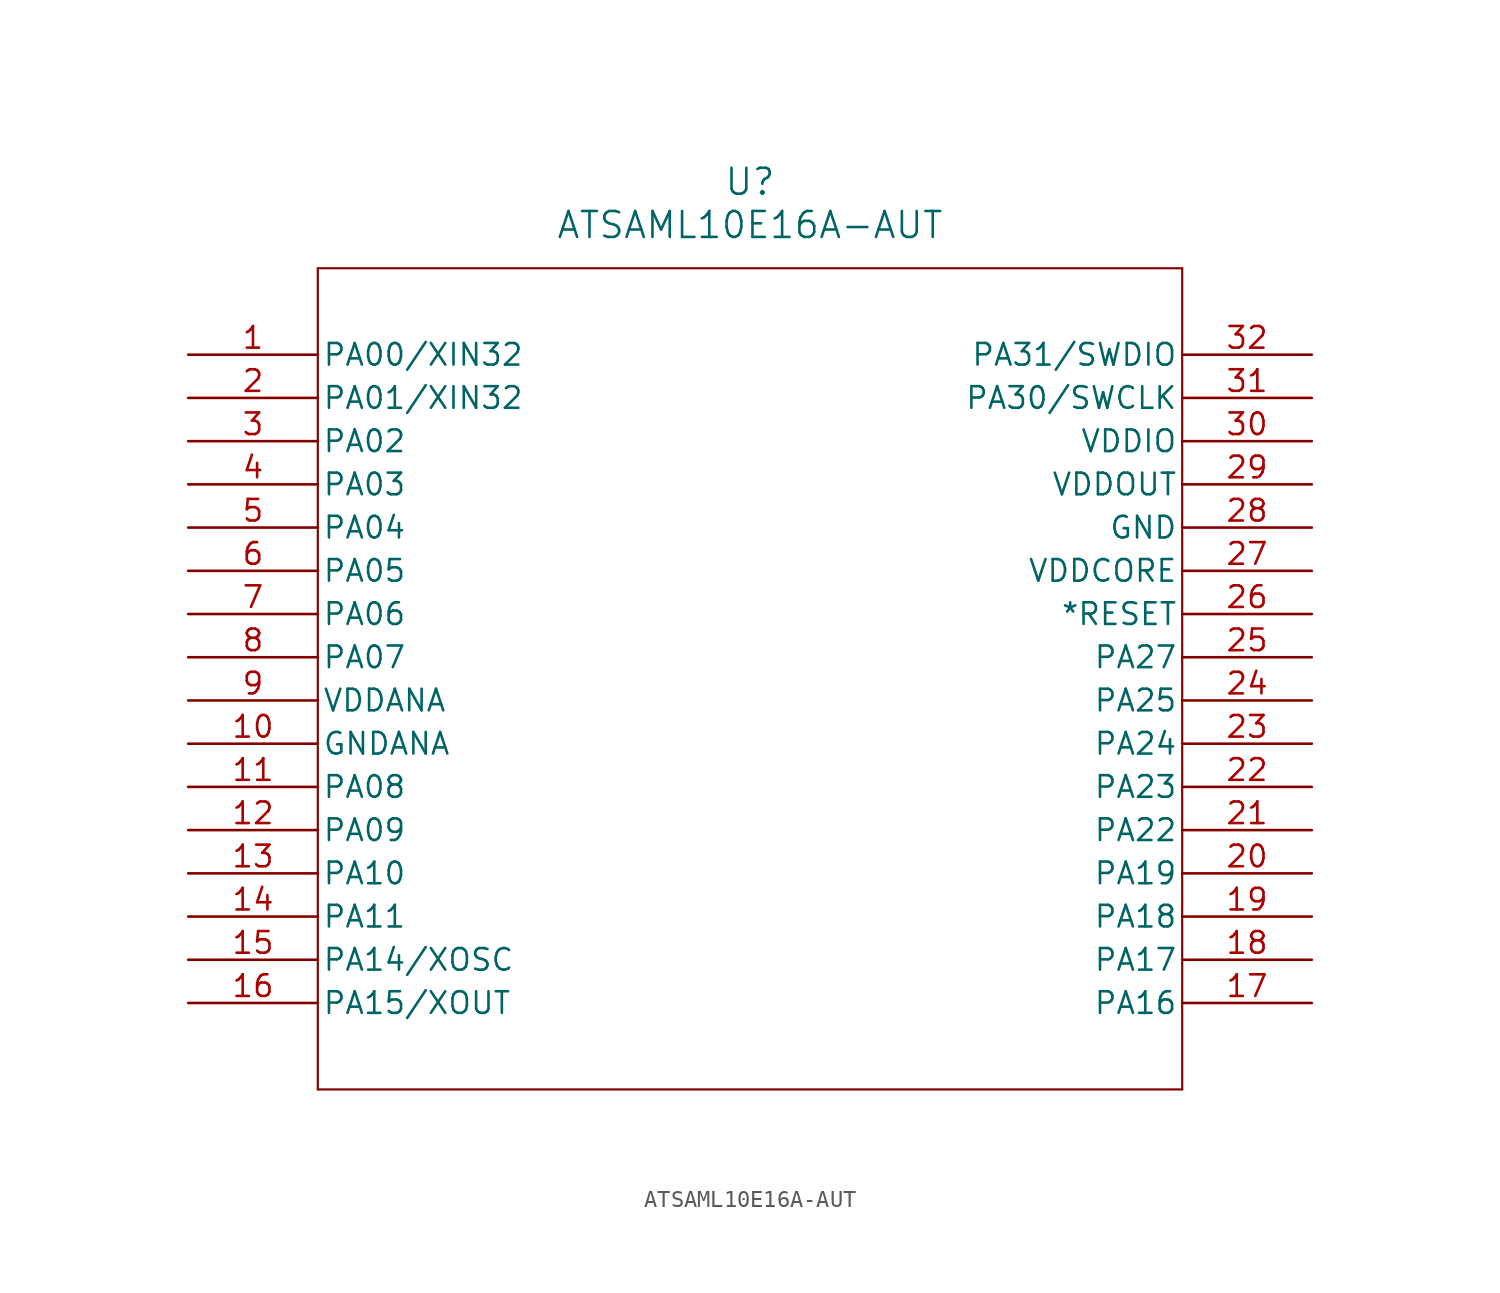
<source format=kicad_sym>
(kicad_symbol_lib
  (version 20211014)
  (generator kicad_symbol_editor)
  (symbol "ATSAML10E16A-AUT"
    (pin_names
      (offset 0.254))
    (property "Reference" "U"
      (at 33.02 10.16 0)
      (effects (font (size 1.524 1.524))))
    (property "Value" "ATSAML10E16A-AUT"
      (at 33.02 7.62 0)
      (effects (font (size 1.524 1.524))))
    (symbol "ATSAML10E16A-AUT_0_1"
      (polyline (pts (xy 7.62 5.08) (xy 7.62 -43.18)) (stroke (width 0.127) (type default) (color 0 0 0 0)) (fill (type none)))
      (polyline (pts (xy 7.62 -43.18) (xy 58.42 -43.18)) (stroke (width 0.127) (type default) (color 0 0 0 0)) (fill (type none)))
      (polyline (pts (xy 58.42 -43.18) (xy 58.42 5.08)) (stroke (width 0.127) (type default) (color 0 0 0 0)) (fill (type none)))
      (polyline (pts (xy 58.42 5.08) (xy 7.62 5.08)) (stroke (width 0.127) (type default) (color 0 0 0 0)) (fill (type none)))
      (pin input line (at 0 0 0) (length 7.62) (name "PA00/XIN32" (effects (font (size 1.27 1.27)))) (number "1" (effects (font (size 1.27 1.27)))))
      (pin input line (at 0 -2.54 0) (length 7.62) (name "PA01/XIN32" (effects (font (size 1.27 1.27)))) (number "2" (effects (font (size 1.27 1.27)))))
      (pin bidirectional line (at 0 -5.08 0) (length 7.62) (name "PA02" (effects (font (size 1.27 1.27)))) (number "3" (effects (font (size 1.27 1.27)))))
      (pin bidirectional line (at 0 -7.62 0) (length 7.62) (name "PA03" (effects (font (size 1.27 1.27)))) (number "4" (effects (font (size 1.27 1.27)))))
      (pin bidirectional line (at 0 -10.16 0) (length 7.62) (name "PA04" (effects (font (size 1.27 1.27)))) (number "5" (effects (font (size 1.27 1.27)))))
      (pin bidirectional line (at 0 -12.7 0) (length 7.62) (name "PA05" (effects (font (size 1.27 1.27)))) (number "6" (effects (font (size 1.27 1.27)))))
      (pin bidirectional line (at 0 -15.24 0) (length 7.62) (name "PA06" (effects (font (size 1.27 1.27)))) (number "7" (effects (font (size 1.27 1.27)))))
      (pin bidirectional line (at 0 -17.78 0) (length 7.62) (name "PA07" (effects (font (size 1.27 1.27)))) (number "8" (effects (font (size 1.27 1.27)))))
      (pin power_in line (at 0 -20.32 0) (length 7.62) (name "VDDANA" (effects (font (size 1.27 1.27)))) (number "9" (effects (font (size 1.27 1.27)))))
      (pin power_out line (at 0 -22.86 0) (length 7.62) (name "GNDANA" (effects (font (size 1.27 1.27)))) (number "10" (effects (font (size 1.27 1.27)))))
      (pin bidirectional line (at 0 -25.4 0) (length 7.62) (name "PA08" (effects (font (size 1.27 1.27)))) (number "11" (effects (font (size 1.27 1.27)))))
      (pin bidirectional line (at 0 -27.94 0) (length 7.62) (name "PA09" (effects (font (size 1.27 1.27)))) (number "12" (effects (font (size 1.27 1.27)))))
      (pin bidirectional line (at 0 -30.48 0) (length 7.62) (name "PA10" (effects (font (size 1.27 1.27)))) (number "13" (effects (font (size 1.27 1.27)))))
      (pin bidirectional line (at 0 -33.02 0) (length 7.62) (name "PA11" (effects (font (size 1.27 1.27)))) (number "14" (effects (font (size 1.27 1.27)))))
      (pin bidirectional line (at 0 -35.56 0) (length 7.62) (name "PA14/XOSC" (effects (font (size 1.27 1.27)))) (number "15" (effects (font (size 1.27 1.27)))))
      (pin output line (at 0 -38.1 0) (length 7.62) (name "PA15/XOUT" (effects (font (size 1.27 1.27)))) (number "16" (effects (font (size 1.27 1.27)))))
      (pin bidirectional line (at 66.04 -38.1 180) (length 7.62) (name "PA16" (effects (font (size 1.27 1.27)))) (number "17" (effects (font (size 1.27 1.27)))))
      (pin bidirectional line (at 66.04 -35.56 180) (length 7.62) (name "PA17" (effects (font (size 1.27 1.27)))) (number "18" (effects (font (size 1.27 1.27)))))
      (pin bidirectional line (at 66.04 -33.02 180) (length 7.62) (name "PA18" (effects (font (size 1.27 1.27)))) (number "19" (effects (font (size 1.27 1.27)))))
      (pin bidirectional line (at 66.04 -30.48 180) (length 7.62) (name "PA19" (effects (font (size 1.27 1.27)))) (number "20" (effects (font (size 1.27 1.27)))))
      (pin bidirectional line (at 66.04 -27.94 180) (length 7.62) (name "PA22" (effects (font (size 1.27 1.27)))) (number "21" (effects (font (size 1.27 1.27)))))
      (pin bidirectional line (at 66.04 -25.4 180) (length 7.62) (name "PA23" (effects (font (size 1.27 1.27)))) (number "22" (effects (font (size 1.27 1.27)))))
      (pin bidirectional line (at 66.04 -22.86 180) (length 7.62) (name "PA24" (effects (font (size 1.27 1.27)))) (number "23" (effects (font (size 1.27 1.27)))))
      (pin bidirectional line (at 66.04 -20.32 180) (length 7.62) (name "PA25" (effects (font (size 1.27 1.27)))) (number "24" (effects (font (size 1.27 1.27)))))
      (pin bidirectional line (at 66.04 -17.78 180) (length 7.62) (name "PA27" (effects (font (size 1.27 1.27)))) (number "25" (effects (font (size 1.27 1.27)))))
      (pin unspecified line (at 66.04 -15.24 180) (length 7.62) (name "*RESET" (effects (font (size 1.27 1.27)))) (number "26" (effects (font (size 1.27 1.27)))))
      (pin power_in line (at 66.04 -12.7 180) (length 7.62) (name "VDDCORE" (effects (font (size 1.27 1.27)))) (number "27" (effects (font (size 1.27 1.27)))))
      (pin power_out line (at 66.04 -10.16 180) (length 7.62) (name "GND" (effects (font (size 1.27 1.27)))) (number "28" (effects (font (size 1.27 1.27)))))
      (pin output line (at 66.04 -7.62 180) (length 7.62) (name "VDDOUT" (effects (font (size 1.27 1.27)))) (number "29" (effects (font (size 1.27 1.27)))))
      (pin power_in line (at 66.04 -5.08 180) (length 7.62) (name "VDDIO" (effects (font (size 1.27 1.27)))) (number "30" (effects (font (size 1.27 1.27)))))
      (pin bidirectional line (at 66.04 -2.54 180) (length 7.62) (name "PA30/SWCLK" (effects (font (size 1.27 1.27)))) (number "31" (effects (font (size 1.27 1.27)))))
      (pin bidirectional line (at 66.04 0 180) (length 7.62) (name "PA31/SWDIO" (effects (font (size 1.27 1.27)))) (number "32" (effects (font (size 1.27 1.27))))))))
</source>
